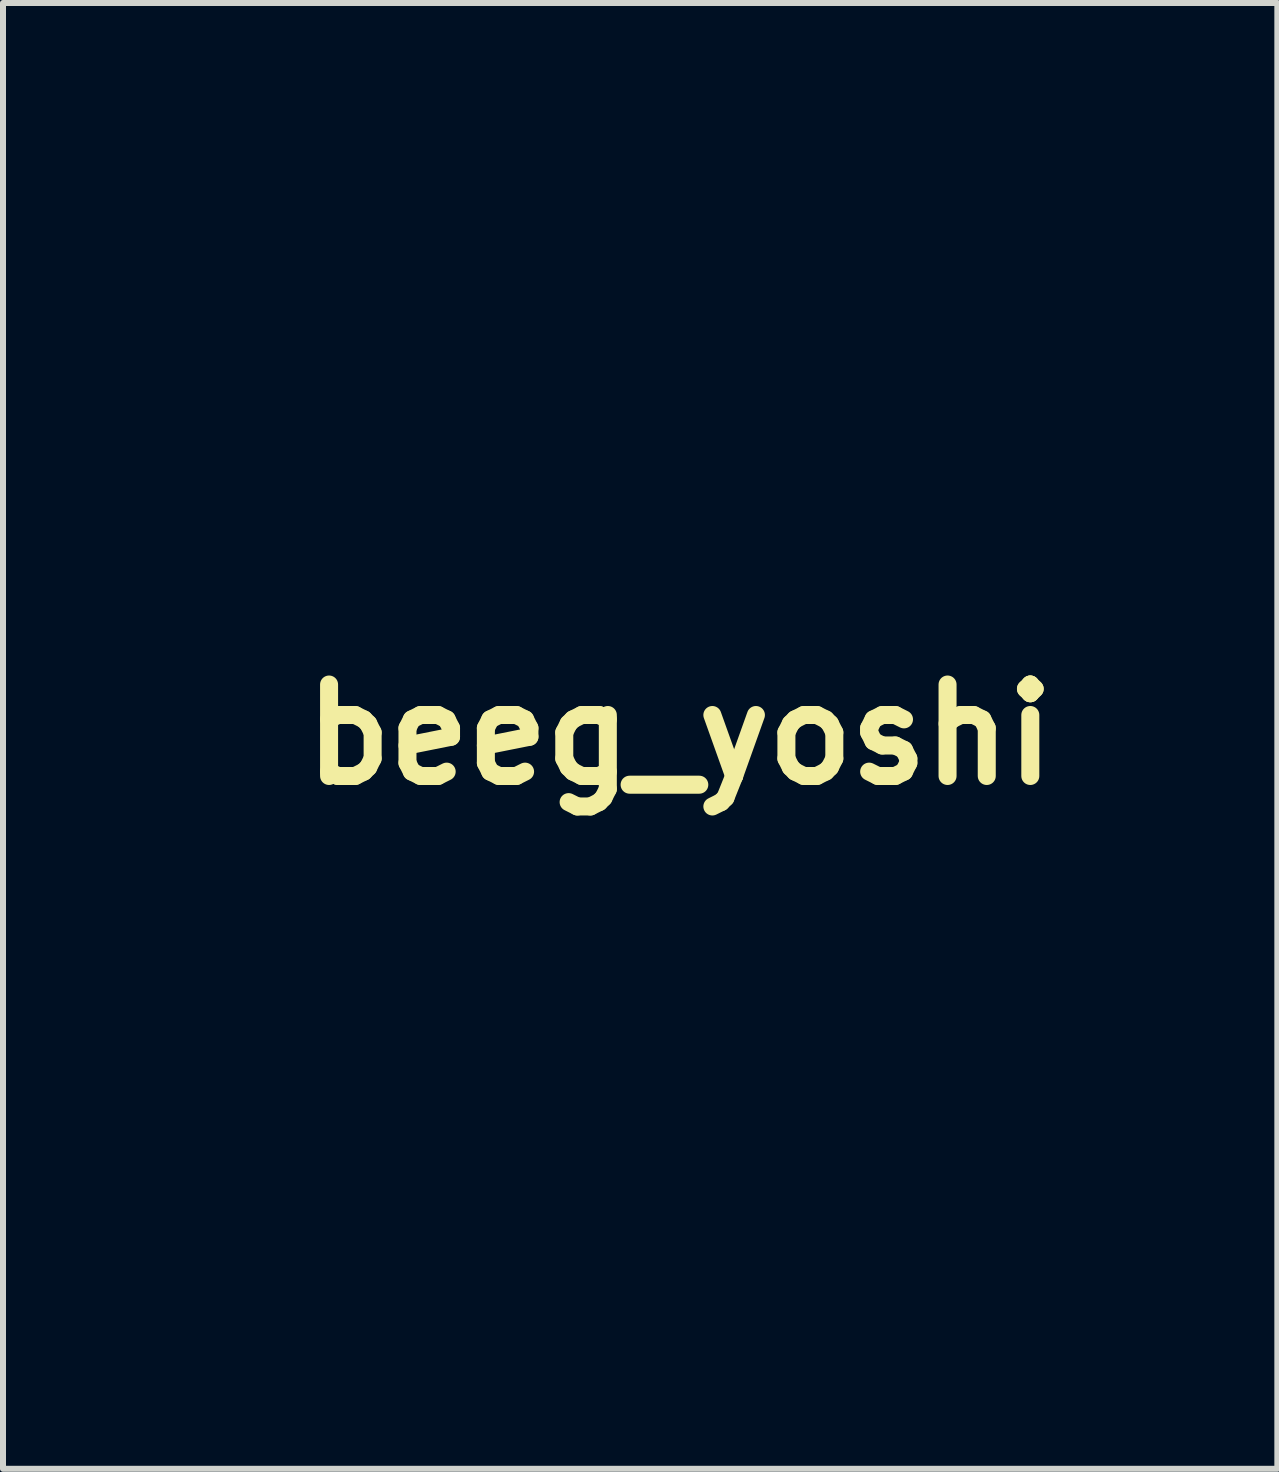
<source format=kicad_pcb>
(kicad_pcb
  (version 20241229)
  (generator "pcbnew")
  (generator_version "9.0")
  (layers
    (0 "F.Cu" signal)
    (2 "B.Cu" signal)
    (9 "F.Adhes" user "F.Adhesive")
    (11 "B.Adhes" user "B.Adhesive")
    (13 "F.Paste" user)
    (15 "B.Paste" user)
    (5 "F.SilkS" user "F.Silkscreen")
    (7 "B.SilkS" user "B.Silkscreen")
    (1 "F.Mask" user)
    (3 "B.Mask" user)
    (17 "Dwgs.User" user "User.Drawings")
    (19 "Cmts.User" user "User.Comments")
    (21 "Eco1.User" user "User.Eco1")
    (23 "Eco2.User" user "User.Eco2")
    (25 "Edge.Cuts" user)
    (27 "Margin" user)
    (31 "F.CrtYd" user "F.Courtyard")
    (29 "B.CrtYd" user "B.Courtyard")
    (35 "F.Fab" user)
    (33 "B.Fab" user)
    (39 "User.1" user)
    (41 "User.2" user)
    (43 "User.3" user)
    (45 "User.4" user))
  (footprint "beeg_yoshi"
    (layer "F.Cu")
    (at 8.275 9.19)
    (property "Reference" "beeg_yoshi" (at 0 0 0) (layer "F.SilkS") (effects (font (size 1.524 1.524) (thickness 0.3))))
    (attr through_hole)
    (fp_poly (pts (xy -0.077 -9.163) (xy 0.057 -9.096) (xy 0.09 -9.075) (xy 0.284 -8.927) (xy 0.412 -8.775) (xy 0.458 -8.637) (xy 0.487 -8.505) (xy 0.566 -8.457) (xy 0.66 -8.484) (xy 0.802 -8.535) (xy 0.995 -8.573) (xy 1.199 -8.595) (xy 1.374 -8.596) (xy 1.462 -8.579) (xy 1.546 -8.527) (xy 1.68 -8.419) (xy 1.845 -8.273) (xy 1.97 -8.154) (xy 2.135 -7.998) (xy 2.277 -7.873) (xy 2.379 -7.793) (xy 2.419 -7.772) (xy 2.474 -7.738) (xy 2.586 -7.645) (xy 2.738 -7.506) (xy 2.915 -7.336) (xy 2.946 -7.305) (xy 3.302 -6.934) (xy 3.597 -6.587) (xy 3.858 -6.234) (xy 3.976 -6.055) (xy 4.068 -5.916) (xy 4.144 -5.808) (xy 4.169 -5.776) (xy 4.274 -5.638) (xy 4.404 -5.442) (xy 4.54 -5.218) (xy 4.663 -4.999) (xy 4.755 -4.817) (xy 4.781 -4.754) (xy 4.834 -4.59) (xy 4.894 -4.365) (xy 4.953 -4.118) (xy 4.975 -4.018) (xy 5.038 -3.615) (xy 5.047 -3.256) (xy 4.998 -2.894) (xy 4.916 -2.575) (xy 4.814 -2.228) (xy 4.916 -1.914) (xy 4.978 -1.697) (xy 5.038 -1.437) (xy 5.081 -1.21) (xy 5.111 -1.031) (xy 5.144 -0.908) (xy 5.198 -0.825) (xy 5.292 -0.764) (xy 5.444 -0.71) (xy 5.672 -0.645) (xy 5.713 -0.634) (xy 6.109 -0.494) (xy 6.456 -0.312) (xy 6.674 -0.151) (xy 6.785 -0.032) (xy 6.866 0.112) (xy 6.918 0.296) (xy 6.946 0.535) (xy 6.951 0.843) (xy 6.936 1.236) (xy 6.936 1.241) (xy 6.92 1.548) (xy 6.909 1.783) (xy 6.904 1.974) (xy 6.904 2.15) (xy 6.91 2.341) (xy 6.921 2.574) (xy 6.937 2.879) (xy 6.938 2.884) (xy 6.951 3.156) (xy 6.954 3.353) (xy 6.944 3.502) (xy 6.92 3.631) (xy 6.879 3.765) (xy 6.858 3.824) (xy 6.782 4.012) (xy 6.703 4.181) (xy 6.648 4.275) (xy 6.573 4.457) (xy 6.553 4.656) (xy 6.528 4.94) (xy 6.461 5.273) (xy 6.362 5.62) (xy 6.241 5.942) (xy 6.163 6.106) (xy 5.951 6.432) (xy 5.69 6.707) (xy 5.401 6.912) (xy 5.224 6.993) (xy 5.059 7.068) (xy 4.965 7.156) (xy 4.929 7.231) (xy 4.824 7.442) (xy 4.675 7.627) (xy 4.512 7.753) (xy 4.478 7.769) (xy 4.361 7.847) (xy 4.302 7.976) (xy 4.293 8.015) (xy 4.179 8.355) (xy 3.971 8.658) (xy 3.674 8.921) (xy 3.432 9.069) (xy 3.199 9.163) (xy 2.947 9.219) (xy 2.716 9.228) (xy 2.616 9.212) (xy 2.508 9.174) (xy 2.357 9.112) (xy 2.301 9.088) (xy 2.165 9.03) (xy 2.068 8.996) (xy 2.047 8.992) (xy 1.97 8.954) (xy 1.851 8.856) (xy 1.707 8.715) (xy 1.557 8.552) (xy 1.419 8.386) (xy 1.312 8.236) (xy 1.278 8.179) (xy 1.167 7.951) (xy 1.105 7.768) (xy 1.091 7.594) (xy 1.121 7.395) (xy 1.193 7.137) (xy 1.194 7.133) (xy 1.203 7.094) (xy 1.191 7.065) (xy 1.146 7.044) (xy 1.054 7.029) (xy 0.901 7.017) (xy 0.674 7.006) (xy 0.37 6.994) (xy -0.16 6.966) (xy -0.608 6.923) (xy -0.991 6.86) (xy -1.327 6.774) (xy -1.635 6.659) (xy -1.933 6.512) (xy -2.106 6.412) (xy -2.398 6.214) (xy -2.721 5.96) (xy -3.048 5.674) (xy -3.347 5.381) (xy -3.404 5.321) (xy -3.608 5.1) (xy 1.58 5.1) (xy 1.626 5.122) (xy 1.703 5.11) (xy 1.869 5.099) (xy 2.097 5.124) (xy 2.357 5.179) (xy 2.617 5.258) (xy 2.834 5.347) (xy 2.997 5.431) (xy 3.122 5.503) (xy 3.181 5.547) (xy 3.182 5.548) (xy 3.254 5.581) (xy 3.366 5.571) (xy 3.475 5.525) (xy 3.522 5.48) (xy 3.53 5.377) (xy 3.457 5.251) (xy 3.314 5.114) (xy 3.115 4.981) (xy 3.055 4.948) (xy 2.753 4.841) (xy 2.421 4.801) (xy 2.091 4.829) (xy 1.796 4.924) (xy 1.728 4.96) (xy 1.615 5.042) (xy 1.58 5.1) (xy -3.608 5.1) (xy -3.683 5.02) (xy -3.919 5.08) (xy -4.066 5.125) (xy -4.146 5.184) (xy -4.196 5.29) (xy -4.216 5.36) (xy -4.287 5.529) (xy -4.385 5.677) (xy -4.412 5.705) (xy -4.532 5.79) (xy -4.714 5.89) (xy -4.931 5.993) (xy -5.155 6.086) (xy -5.356 6.158) (xy -5.507 6.195) (xy -5.54 6.198) (xy -5.695 6.16) (xy -5.89 6.057) (xy -6.102 5.904) (xy -6.311 5.719) (xy -6.495 5.516) (xy -6.547 5.448) (xy -6.712 5.191) (xy -6.857 4.915) (xy -6.97 4.645) (xy -7.041 4.408) (xy -7.059 4.273) (xy -7.085 4.137) (xy -7.168 3.986) (xy -7.282 3.841) (xy -7.575 3.477) (xy -7.8 3.15) (xy -7.972 2.834) (xy -8.104 2.507) (xy -8.173 2.283) (xy -8.251 1.941) (xy -8.27 1.671) (xy -8.227 1.461) (xy -8.122 1.298) (xy -8.004 1.2) (xy -7.974 1.173) (xy -7.823 1.173) (xy -7.781 1.213) (xy -7.678 1.267) (xy -7.659 1.275) (xy -7.526 1.349) (xy -7.343 1.475) (xy -7.133 1.637) (xy -6.92 1.815) (xy -6.807 1.917) (xy -6.661 1.998) (xy -6.504 2) (xy -6.388 1.937) (xy -6.403 1.886) (xy -6.48 1.785) (xy -6.603 1.651) (xy -6.757 1.496) (xy -6.925 1.338) (xy -7.092 1.191) (xy -7.24 1.069) (xy -7.279 1.042) (xy -4.506 1.042) (xy -4.497 1.211) (xy -4.47 1.45) (xy -4.443 1.762) (xy -4.418 2.118) (xy -4.396 2.49) (xy -4.38 2.85) (xy -4.37 3.167) (xy -4.369 3.334) (xy -4.336 3.422) (xy -4.251 3.556) (xy -4.129 3.712) (xy -4.102 3.743) (xy -3.943 3.931) (xy -3.785 4.132) (xy -3.663 4.299) (xy -3.56 4.437) (xy -3.449 4.542) (xy -3.3 4.638) (xy -3.086 4.746) (xy -3.079 4.749) (xy -2.804 4.877) (xy -2.598 4.967) (xy -2.437 5.025) (xy -2.297 5.056) (xy -2.157 5.066) (xy -1.992 5.061) (xy -1.882 5.055) (xy -1.682 5.036) (xy -1.523 5.011) (xy -1.431 4.983) (xy -1.419 4.973) (xy -1.354 4.941) (xy -1.219 4.91) (xy -1.072 4.891) (xy -0.897 4.871) (xy -0.791 4.841) (xy -0.72 4.781) (xy -0.651 4.675) (xy -0.64 4.654) (xy -0.56 4.493) (xy -0.472 4.285) (xy -0.404 4.102) (xy -0.325 3.904) (xy -0.229 3.736) (xy -0.091 3.562) (xy 0.048 3.412) (xy 0.291 3.169) (xy 0.508 2.98) (xy 0.732 2.82) (xy 0.994 2.666) (xy 1.238 2.54) (xy 1.436 2.435) (xy 1.602 2.338) (xy 1.711 2.262) (xy 1.742 2.232) (xy 1.755 2.154) (xy 1.734 2.01) (xy 1.676 1.788) (xy 1.626 1.622) (xy 1.539 1.342) (xy 1.437 1.013) (xy 1.335 0.685) (xy 1.277 0.498) (xy 1.092 -0.095) (xy 0.864 -0.062) (xy 0.746 -0.048) (xy 0.595 -0.039) (xy 0.401 -0.034) (xy 0.153 -0.033) (xy -0.159 -0.036) (xy -0.548 -0.044) (xy -1.022 -0.055) (xy -1.27 -0.062) (xy -1.684 -0.076) (xy -2.022 -0.097) (xy -2.306 -0.129) (xy -2.562 -0.177) (xy -2.814 -0.246) (xy -3.086 -0.34) (xy -3.403 -0.463) (xy -3.449 -0.482) (xy -3.926 -0.676) (xy -4.071 -0.503) (xy -4.177 -0.348) (xy -4.278 -0.157) (xy -4.312 -0.076) (xy -4.388 0.174) (xy -4.45 0.468) (xy -4.491 0.77) (xy -4.506 1.042) (xy -7.279 1.042) (xy -7.355 0.989) (xy -7.415 0.965) (xy -7.521 0.987) (xy -7.648 1.039) (xy -7.76 1.104) (xy -7.82 1.162) (xy -7.823 1.173) (xy -7.974 1.173) (xy -7.911 1.114) (xy -7.874 1.032) (xy -7.83 0.9) (xy -7.712 0.75) (xy -7.539 0.601) (xy -7.332 0.476) (xy -7.328 0.474) (xy -7.011 0.364) (xy -6.667 0.322) (xy -6.33 0.35) (xy -6.042 0.445) (xy -5.903 0.51) (xy -5.803 0.551) (xy -5.775 0.559) (xy -5.751 0.514) (xy -5.74 0.406) (xy -5.74 0.394) (xy -5.709 0.148) (xy -5.624 -0.151) (xy -5.496 -0.476) (xy -5.391 -0.684) (xy 0.711 -0.684) (xy 0.751 -0.625) (xy 0.85 -0.613) (xy 0.977 -0.646) (xy 1.063 -0.694) (xy 1.143 -0.758) (xy 1.143 -0.801) (xy 1.093 -0.844) (xy 1.01 -0.883) (xy 0.914 -0.862) (xy 0.857 -0.835) (xy 0.756 -0.761) (xy 0.711 -0.687) (xy 0.711 -0.684) (xy -5.391 -0.684) (xy -5.333 -0.801) (xy -5.177 -1.057) (xy -5.037 -1.267) (xy -4.951 -1.416) (xy -4.917 -1.528) (xy -4.932 -1.628) (xy -4.995 -1.74) (xy -5.103 -1.887) (xy -5.153 -1.959) (xy 1.45 -1.959) (xy 1.463 -1.854) (xy 1.533 -1.833) (xy 1.662 -1.894) (xy 1.748 -1.956) (xy 1.864 -2.036) (xy 1.948 -2.08) (xy 1.963 -2.083) (xy 2.02 -2.118) (xy 2.119 -2.209) (xy 2.203 -2.299) (xy 2.343 -2.456) (xy 2.484 -2.613) (xy 2.543 -2.678) (xy 2.65 -2.819) (xy 2.763 -3.003) (xy 2.827 -3.126) (xy 2.931 -3.312) (xy 3.055 -3.486) (xy 3.131 -3.57) (xy 3.233 -3.674) (xy 3.294 -3.751) (xy 3.302 -3.77) (xy 3.26 -3.808) (xy 3.152 -3.808) (xy 3.005 -3.775) (xy 2.845 -3.714) (xy 2.777 -3.68) (xy 2.487 -3.481) (xy 2.198 -3.218) (xy 1.931 -2.914) (xy 1.705 -2.595) (xy 1.542 -2.285) (xy 1.493 -2.148) (xy 1.45 -1.959) (xy -5.153 -1.959) (xy -5.215 -2.048) (xy -5.297 -2.187) (xy -5.333 -2.278) (xy -5.334 -2.285) (xy -5.354 -2.382) (xy -5.404 -2.529) (xy -5.438 -2.61) (xy -5.534 -2.926) (xy -5.577 -3.305) (xy -5.57 -3.724) (xy -5.515 -4.161) (xy -5.413 -4.592) (xy -5.266 -4.995) (xy -5.241 -5.049) (xy -4.988 -5.52) (xy -4.7 -5.915) (xy -4.359 -6.258) (xy -4.079 -6.479) (xy -4.052 -6.502) (xy 0.152 -6.502) (xy 0.171 -6.461) (xy 0.186 -6.469) (xy 0.192 -6.529) (xy 0.186 -6.536) (xy 0.156 -6.529) (xy 0.152 -6.502) (xy -4.052 -6.502) (xy -3.944 -6.594) (xy -0.173 -6.594) (xy -0.131 -6.551) (xy -0.065 -6.592) (xy -0.001 -6.704) (xy 0.094 -6.871) (xy 0.203 -6.942) (xy 0.307 -6.934) (xy 0.363 -6.907) (xy 0.394 -6.855) (xy 0.404 -6.754) (xy 0.4 -6.579) (xy 0.399 -6.546) (xy 0.395 -6.343) (xy 0.41 -6.219) (xy 0.446 -6.155) (xy 0.458 -6.145) (xy 0.593 -6.098) (xy 0.707 -6.147) (xy 0.806 -6.287) (xy 0.907 -6.51) (xy 0.986 -6.73) (xy 1.034 -6.918) (xy 1.043 -7.049) (xy 1.039 -7.069) (xy 0.979 -7.138) (xy 0.851 -7.231) (xy 0.681 -7.33) (xy 0.495 -7.421) (xy 0.319 -7.489) (xy 0.314 -7.491) (xy 0.179 -7.485) (xy 0.058 -7.382) (xy -0.047 -7.187) (xy -0.134 -6.905) (xy -0.172 -6.718) (xy -0.173 -6.594) (xy -3.944 -6.594) (xy -3.916 -6.618) (xy -3.762 -6.781) (xy -3.718 -6.837) (xy -3.419 -7.173) (xy -3.051 -7.461) (xy -2.638 -7.689) (xy -2.202 -7.846) (xy -1.764 -7.919) (xy -1.658 -7.923) (xy -1.533 -7.917) (xy -1.488 -7.889) (xy -1.496 -7.836) (xy -1.558 -7.652) (xy -1.611 -7.455) (xy -1.649 -7.274) (xy -1.664 -7.139) (xy -1.66 -7.091) (xy -1.609 -7.017) (xy -1.552 -7.042) (xy -1.52 -7.112) (xy -1.27 -7.112) (xy -1.251 -7.07) (xy -1.236 -7.078) (xy -1.23 -7.138) (xy -1.236 -7.146) (xy -1.266 -7.139) (xy -1.27 -7.112) (xy -1.52 -7.112) (xy -1.495 -7.165) (xy -1.482 -7.205) (xy -1.403 -7.388) (xy -1.302 -7.51) (xy -1.195 -7.555) (xy -1.127 -7.535) (xy -1.076 -7.475) (xy -1.049 -7.361) (xy -1.042 -7.17) (xy -1.042 -7.167) (xy -1.039 -6.993) (xy -1.023 -6.895) (xy -0.984 -6.847) (xy -0.919 -6.823) (xy -0.798 -6.835) (xy -0.679 -6.937) (xy -0.557 -7.132) (xy -0.471 -7.316) (xy -0.365 -7.567) (xy -0.54 -7.721) (xy -0.791 -7.896) (xy -1.056 -8.001) (xy -1.245 -8.026) (xy -1.398 -8.042) (xy -1.475 -8.096) (xy -1.475 -8.196) (xy -1.4 -8.351) (xy -1.297 -8.504) (xy -1.06 -8.798) (xy -0.828 -9.001) (xy -0.588 -9.124) (xy -0.382 -9.171) (xy -0.206 -9.185) (xy -0.077 -9.163)) (stroke (width 0.01) (type solid)) (fill yes) (layer "F.Mask")))
  (gr_rect
    (start -3 -3)
    (end 18.233 21.423)
    (stroke (width 0.1) (type default))
    (fill no)
    (layer "Edge.Cuts")))
</source>
